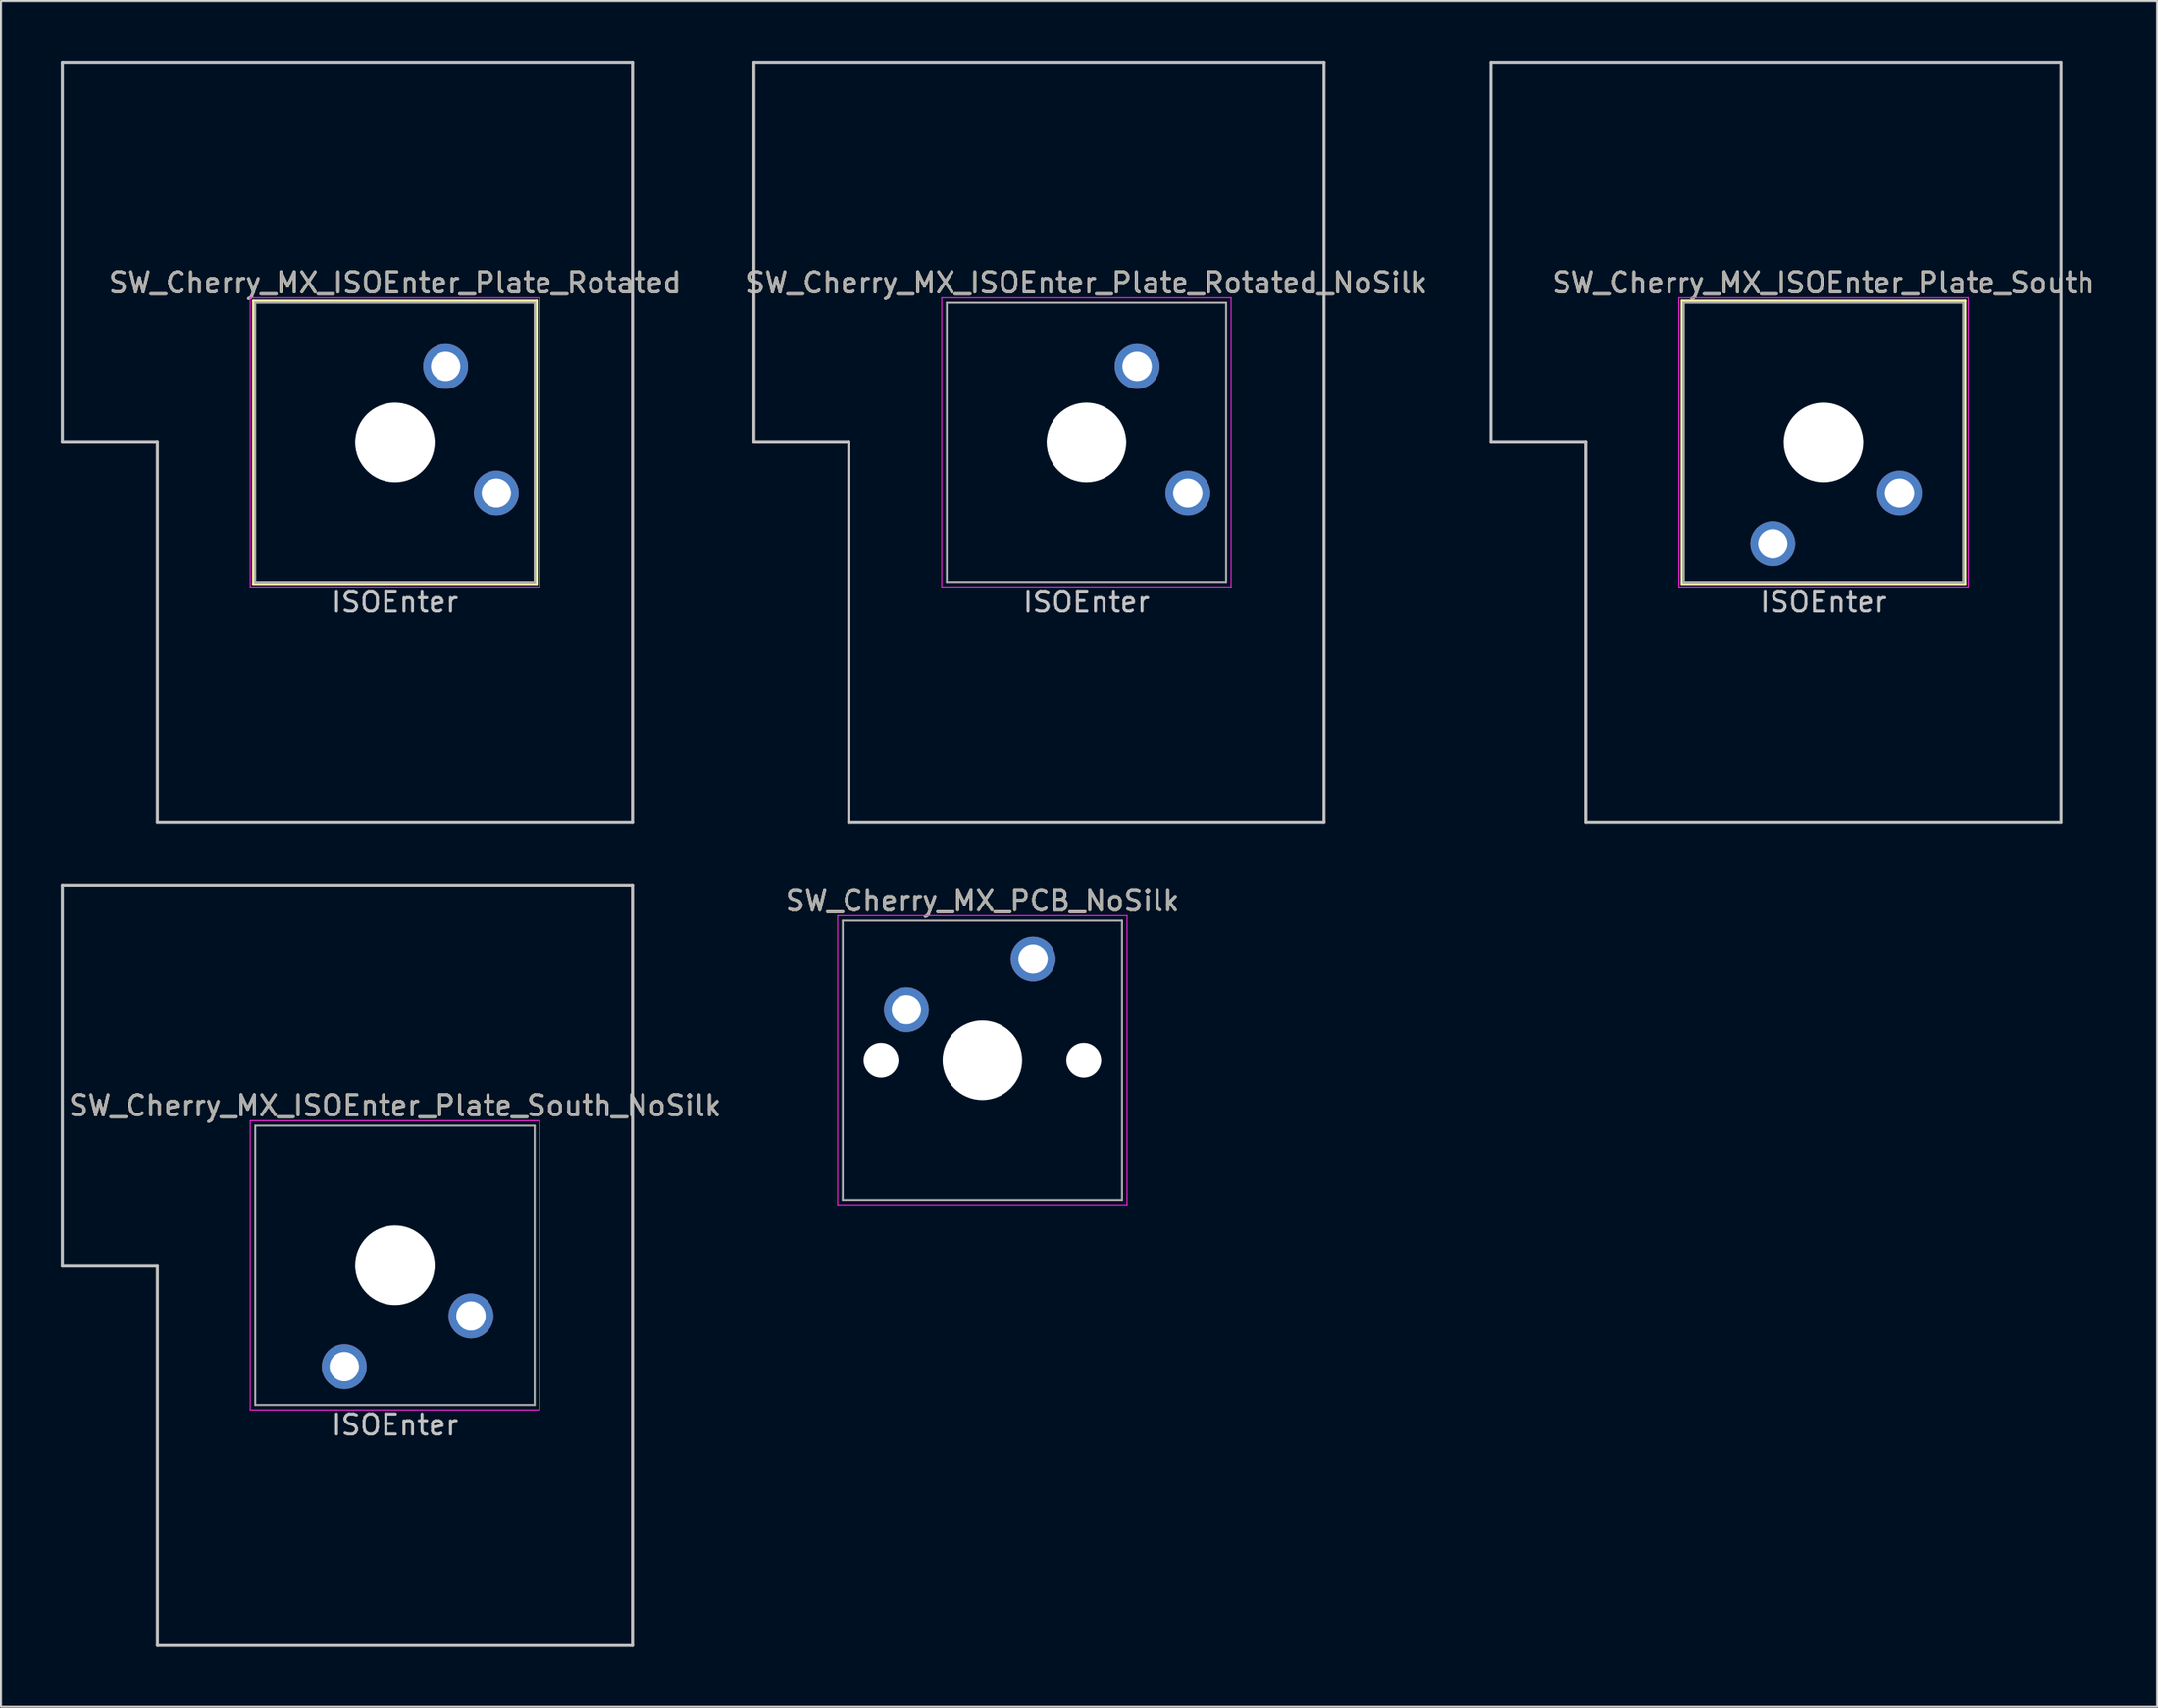
<source format=kicad_pcb>
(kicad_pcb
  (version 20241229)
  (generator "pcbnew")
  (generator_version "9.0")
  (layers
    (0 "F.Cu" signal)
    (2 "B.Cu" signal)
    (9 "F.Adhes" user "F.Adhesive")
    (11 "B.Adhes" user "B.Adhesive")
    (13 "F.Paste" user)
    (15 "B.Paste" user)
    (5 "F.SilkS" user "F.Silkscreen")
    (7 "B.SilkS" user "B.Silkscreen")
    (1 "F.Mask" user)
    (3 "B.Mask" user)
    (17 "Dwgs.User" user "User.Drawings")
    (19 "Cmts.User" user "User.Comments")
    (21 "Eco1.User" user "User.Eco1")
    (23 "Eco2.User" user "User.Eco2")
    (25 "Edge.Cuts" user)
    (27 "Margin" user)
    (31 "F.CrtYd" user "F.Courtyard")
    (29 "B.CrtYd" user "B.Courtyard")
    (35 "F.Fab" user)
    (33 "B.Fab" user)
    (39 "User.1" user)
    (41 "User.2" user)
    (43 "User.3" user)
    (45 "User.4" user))
  (footprint "SW_Cherry_MX_PCB_NoSilk"
    (layer "F.Cu")
    (at 46.184 50.098)
    (property "Reference" "SW_Cherry_MX_PCB_NoSilk" (at 0 -8 0) (layer "F.SilkS") (effects (font (size 1 1) (thickness 0.15))))
    (attr through_hole)
    (fp_line (start -7.25 -7.25) (end 7.25 -7.25) (stroke (width 0.05) (type solid)) (layer "F.CrtYd"))
    (fp_line (start -7.25 7.25) (end -7.25 -7.25) (stroke (width 0.05) (type solid)) (layer "F.CrtYd"))
    (fp_line (start 7.25 -7.25) (end 7.25 7.25) (stroke (width 0.05) (type solid)) (layer "F.CrtYd"))
    (fp_line (start 7.25 7.25) (end -7.25 7.25) (stroke (width 0.05) (type solid)) (layer "F.CrtYd"))
    (fp_line (start -7 -7) (end 7 -7) (stroke (width 0.1) (type solid)) (layer "F.Fab"))
    (fp_line (start -7 7) (end -7 -7) (stroke (width 0.1) (type solid)) (layer "F.Fab"))
    (fp_line (start 7 -7) (end 7 7) (stroke (width 0.1) (type solid)) (layer "F.Fab"))
    (fp_line (start 7 7) (end -7 7) (stroke (width 0.1) (type solid)) (layer "F.Fab"))
    (fp_text user "${REFERENCE}" (at 0 -8 0) (layer "F.Fab") (effects (font (size 1 1) (thickness 0.15))))
    (pad "" np_thru_hole circle (at -5.08 0 48.1) (size 1.75 1.75) (drill 1.75) (layers "*.Cu" "*.Mask"))
    (pad "" np_thru_hole circle (at 0 0) (size 3.988 3.988) (drill 3.988) (layers "*.Cu" "*.Mask"))
    (pad "" np_thru_hole circle (at 5.08 0 48.1) (size 1.75 1.75) (drill 1.75) (layers "*.Cu" "*.Mask"))
    (pad "1" thru_hole circle (at -3.81 -2.54) (size 2.25 2.25) (drill 1.47) (layers "*.Cu" "B.Mask"))
    (pad "2" thru_hole circle (at 2.54 -5.08) (size 2.25 2.25) (drill 1.47) (layers "*.Cu" "B.Mask")))
  (footprint "SW_Cherry_MX_ISOEnter_Plate_Rotated"
    (layer "F.Cu")
    (at 16.744 19.125)
    (property "Reference" "SW_Cherry_MX_ISOEnter_Plate_Rotated" (at 0 -8 0) (layer "F.SilkS") (effects (font (size 1 1) (thickness 0.15))))
    (attr through_hole)
    (fp_line (start -7.1 -7.1) (end 7.1 -7.1) (stroke (width 0.12) (type solid)) (layer "F.SilkS"))
    (fp_line (start -7.1 7.1) (end -7.1 -7.1) (stroke (width 0.12) (type solid)) (layer "F.SilkS"))
    (fp_line (start 7.1 -7.1) (end 7.1 7.1) (stroke (width 0.12) (type solid)) (layer "F.SilkS"))
    (fp_line (start 7.1 7.1) (end -7.1 7.1) (stroke (width 0.12) (type solid)) (layer "F.SilkS"))
    (fp_line (start -16.669 -19.05) (end -16.669 0) (stroke (width 0.15) (type solid)) (layer "Dwgs.User"))
    (fp_line (start -16.669 -19.05) (end 11.906 -19.05) (stroke (width 0.15) (type solid)) (layer "Dwgs.User"))
    (fp_line (start -11.906 0) (end -16.669 0) (stroke (width 0.15) (type solid)) (layer "Dwgs.User"))
    (fp_line (start -11.906 19.05) (end -11.906 0) (stroke (width 0.15) (type solid)) (layer "Dwgs.User"))
    (fp_line (start -11.906 19.05) (end 11.906 19.05) (stroke (width 0.15) (type solid)) (layer "Dwgs.User"))
    (fp_line (start 11.906 -19.05) (end 11.906 19.05) (stroke (width 0.15) (type solid)) (layer "Dwgs.User"))
    (fp_line (start -7.25 -7.25) (end 7.25 -7.25) (stroke (width 0.05) (type solid)) (layer "F.CrtYd"))
    (fp_line (start -7.25 7.25) (end -7.25 -7.25) (stroke (width 0.05) (type solid)) (layer "F.CrtYd"))
    (fp_line (start 7.25 -7.25) (end 7.25 7.25) (stroke (width 0.05) (type solid)) (layer "F.CrtYd"))
    (fp_line (start 7.25 7.25) (end -7.25 7.25) (stroke (width 0.05) (type solid)) (layer "F.CrtYd"))
    (fp_line (start -7 -7) (end 7 -7) (stroke (width 0.1) (type solid)) (layer "F.Fab"))
    (fp_line (start -7 7) (end -7 -7) (stroke (width 0.1) (type solid)) (layer "F.Fab"))
    (fp_line (start 7 -7) (end 7 7) (stroke (width 0.1) (type solid)) (layer "F.Fab"))
    (fp_line (start 7 7) (end -7 7) (stroke (width 0.1) (type solid)) (layer "F.Fab"))
    (fp_text user "ISOEnter" (at 0 8 0) (layer "Dwgs.User") (effects (font (size 1 1) (thickness 0.15))))
    (fp_text user "${REFERENCE}" (at 0 -8 0) (layer "F.Fab") (effects (font (size 1 1) (thickness 0.15))))
    (pad "" np_thru_hole circle (at 0 0) (size 3.988 3.988) (drill 3.988) (layers "*.Cu" "*.Mask"))
    (pad "1" thru_hole circle (at 2.54 -3.81) (size 2.25 2.25) (drill 1.47) (layers "*.Cu" "B.Mask"))
    (pad "2" thru_hole circle (at 5.08 2.54) (size 2.25 2.25) (drill 1.47) (layers "*.Cu" "B.Mask")))
  (footprint "SW_Cherry_MX_ISOEnter_Plate_South"
    (layer "F.Cu")
    (at 88.339 19.125)
    (property "Reference" "SW_Cherry_MX_ISOEnter_Plate_South" (at 0 -8 0) (layer "F.SilkS") (effects (font (size 1 1) (thickness 0.15))))
    (attr through_hole)
    (fp_line (start -7.1 -7.1) (end 7.1 -7.1) (stroke (width 0.12) (type solid)) (layer "F.SilkS"))
    (fp_line (start -7.1 7.1) (end -7.1 -7.1) (stroke (width 0.12) (type solid)) (layer "F.SilkS"))
    (fp_line (start 7.1 -7.1) (end 7.1 7.1) (stroke (width 0.12) (type solid)) (layer "F.SilkS"))
    (fp_line (start 7.1 7.1) (end -7.1 7.1) (stroke (width 0.12) (type solid)) (layer "F.SilkS"))
    (fp_line (start -16.669 -19.05) (end -16.669 0) (stroke (width 0.15) (type solid)) (layer "Dwgs.User"))
    (fp_line (start -16.669 -19.05) (end 11.906 -19.05) (stroke (width 0.15) (type solid)) (layer "Dwgs.User"))
    (fp_line (start -11.906 0) (end -16.669 0) (stroke (width 0.15) (type solid)) (layer "Dwgs.User"))
    (fp_line (start -11.906 19.05) (end -11.906 0) (stroke (width 0.15) (type solid)) (layer "Dwgs.User"))
    (fp_line (start -11.906 19.05) (end 11.906 19.05) (stroke (width 0.15) (type solid)) (layer "Dwgs.User"))
    (fp_line (start 11.906 -19.05) (end 11.906 19.05) (stroke (width 0.15) (type solid)) (layer "Dwgs.User"))
    (fp_line (start -7.25 -7.25) (end 7.25 -7.25) (stroke (width 0.05) (type solid)) (layer "F.CrtYd"))
    (fp_line (start -7.25 7.25) (end -7.25 -7.25) (stroke (width 0.05) (type solid)) (layer "F.CrtYd"))
    (fp_line (start 7.25 -7.25) (end 7.25 7.25) (stroke (width 0.05) (type solid)) (layer "F.CrtYd"))
    (fp_line (start 7.25 7.25) (end -7.25 7.25) (stroke (width 0.05) (type solid)) (layer "F.CrtYd"))
    (fp_line (start -7 -7) (end 7 -7) (stroke (width 0.1) (type solid)) (layer "F.Fab"))
    (fp_line (start -7 7) (end -7 -7) (stroke (width 0.1) (type solid)) (layer "F.Fab"))
    (fp_line (start 7 -7) (end 7 7) (stroke (width 0.1) (type solid)) (layer "F.Fab"))
    (fp_line (start 7 7) (end -7 7) (stroke (width 0.1) (type solid)) (layer "F.Fab"))
    (fp_text user "ISOEnter" (at 0 8 0) (layer "Dwgs.User") (effects (font (size 1 1) (thickness 0.15))))
    (fp_text user "${REFERENCE}" (at 0 -8 0) (layer "F.Fab") (effects (font (size 1 1) (thickness 0.15))))
    (pad "" np_thru_hole circle (at 0 0 180) (size 3.988 3.988) (drill 3.988) (layers "*.Cu" "*.Mask"))
    (pad "1" thru_hole circle (at 3.81 2.54 180) (size 2.25 2.25) (drill 1.47) (layers "*.Cu" "B.Mask"))
    (pad "2" thru_hole circle (at -2.54 5.08 180) (size 2.25 2.25) (drill 1.47) (layers "*.Cu" "B.Mask")))
  (footprint "SW_Cherry_MX_ISOEnter_Plate_Rotated_NoSilk"
    (layer "F.Cu")
    (at 51.399 19.125)
    (property "Reference" "SW_Cherry_MX_ISOEnter_Plate_Rotated_NoSilk" (at 0 -8 0) (layer "F.SilkS") (effects (font (size 1 1) (thickness 0.15))))
    (attr through_hole)
    (fp_line (start -16.669 -19.05) (end -16.669 0) (stroke (width 0.15) (type solid)) (layer "Dwgs.User"))
    (fp_line (start -16.669 -19.05) (end 11.906 -19.05) (stroke (width 0.15) (type solid)) (layer "Dwgs.User"))
    (fp_line (start -11.906 0) (end -16.669 0) (stroke (width 0.15) (type solid)) (layer "Dwgs.User"))
    (fp_line (start -11.906 19.05) (end -11.906 0) (stroke (width 0.15) (type solid)) (layer "Dwgs.User"))
    (fp_line (start -11.906 19.05) (end 11.906 19.05) (stroke (width 0.15) (type solid)) (layer "Dwgs.User"))
    (fp_line (start 11.906 -19.05) (end 11.906 19.05) (stroke (width 0.15) (type solid)) (layer "Dwgs.User"))
    (fp_line (start -7.25 -7.25) (end 7.25 -7.25) (stroke (width 0.05) (type solid)) (layer "F.CrtYd"))
    (fp_line (start -7.25 7.25) (end -7.25 -7.25) (stroke (width 0.05) (type solid)) (layer "F.CrtYd"))
    (fp_line (start 7.25 -7.25) (end 7.25 7.25) (stroke (width 0.05) (type solid)) (layer "F.CrtYd"))
    (fp_line (start 7.25 7.25) (end -7.25 7.25) (stroke (width 0.05) (type solid)) (layer "F.CrtYd"))
    (fp_line (start -7 -7) (end 7 -7) (stroke (width 0.1) (type solid)) (layer "F.Fab"))
    (fp_line (start -7 7) (end -7 -7) (stroke (width 0.1) (type solid)) (layer "F.Fab"))
    (fp_line (start 7 -7) (end 7 7) (stroke (width 0.1) (type solid)) (layer "F.Fab"))
    (fp_line (start 7 7) (end -7 7) (stroke (width 0.1) (type solid)) (layer "F.Fab"))
    (fp_text user "ISOEnter" (at 0 8 0) (layer "Dwgs.User") (effects (font (size 1 1) (thickness 0.15))))
    (fp_text user "${REFERENCE}" (at 0 -8 0) (layer "F.Fab") (effects (font (size 1 1) (thickness 0.15))))
    (pad "" np_thru_hole circle (at 0 0) (size 3.988 3.988) (drill 3.988) (layers "*.Cu" "*.Mask"))
    (pad "1" thru_hole circle (at 2.54 -3.81) (size 2.25 2.25) (drill 1.47) (layers "*.Cu" "B.Mask"))
    (pad "2" thru_hole circle (at 5.08 2.54) (size 2.25 2.25) (drill 1.47) (layers "*.Cu" "B.Mask")))
  (footprint "SW_Cherry_MX_ISOEnter_Plate_South_NoSilk"
    (layer "F.Cu")
    (at 16.744 60.375)
    (property "Reference" "SW_Cherry_MX_ISOEnter_Plate_South_NoSilk" (at 0 -8 0) (layer "F.SilkS") (effects (font (size 1 1) (thickness 0.15))))
    (attr through_hole)
    (fp_line (start -16.669 -19.05) (end -16.669 0) (stroke (width 0.15) (type solid)) (layer "Dwgs.User"))
    (fp_line (start -16.669 -19.05) (end 11.906 -19.05) (stroke (width 0.15) (type solid)) (layer "Dwgs.User"))
    (fp_line (start -11.906 0) (end -16.669 0) (stroke (width 0.15) (type solid)) (layer "Dwgs.User"))
    (fp_line (start -11.906 19.05) (end -11.906 0) (stroke (width 0.15) (type solid)) (layer "Dwgs.User"))
    (fp_line (start -11.906 19.05) (end 11.906 19.05) (stroke (width 0.15) (type solid)) (layer "Dwgs.User"))
    (fp_line (start 11.906 -19.05) (end 11.906 19.05) (stroke (width 0.15) (type solid)) (layer "Dwgs.User"))
    (fp_line (start -7.25 -7.25) (end 7.25 -7.25) (stroke (width 0.05) (type solid)) (layer "F.CrtYd"))
    (fp_line (start -7.25 7.25) (end -7.25 -7.25) (stroke (width 0.05) (type solid)) (layer "F.CrtYd"))
    (fp_line (start 7.25 -7.25) (end 7.25 7.25) (stroke (width 0.05) (type solid)) (layer "F.CrtYd"))
    (fp_line (start 7.25 7.25) (end -7.25 7.25) (stroke (width 0.05) (type solid)) (layer "F.CrtYd"))
    (fp_line (start -7 -7) (end 7 -7) (stroke (width 0.1) (type solid)) (layer "F.Fab"))
    (fp_line (start -7 7) (end -7 -7) (stroke (width 0.1) (type solid)) (layer "F.Fab"))
    (fp_line (start 7 -7) (end 7 7) (stroke (width 0.1) (type solid)) (layer "F.Fab"))
    (fp_line (start 7 7) (end -7 7) (stroke (width 0.1) (type solid)) (layer "F.Fab"))
    (fp_text user "ISOEnter" (at 0 8 0) (layer "Dwgs.User") (effects (font (size 1 1) (thickness 0.15))))
    (fp_text user "${REFERENCE}" (at 0 -8 0) (layer "F.Fab") (effects (font (size 1 1) (thickness 0.15))))
    (pad "" np_thru_hole circle (at 0 0 180) (size 3.988 3.988) (drill 3.988) (layers "*.Cu" "*.Mask"))
    (pad "1" thru_hole circle (at 3.81 2.54 180) (size 2.25 2.25) (drill 1.47) (layers "*.Cu" "B.Mask"))
    (pad "2" thru_hole circle (at -2.54 5.08 180) (size 2.25 2.25) (drill 1.47) (layers "*.Cu" "B.Mask")))
  (gr_rect
    (start -3 -3)
    (end 105.059 82.5)
    (stroke (width 0.1) (type default))
    (fill no)
    (layer "Edge.Cuts")))
</source>
